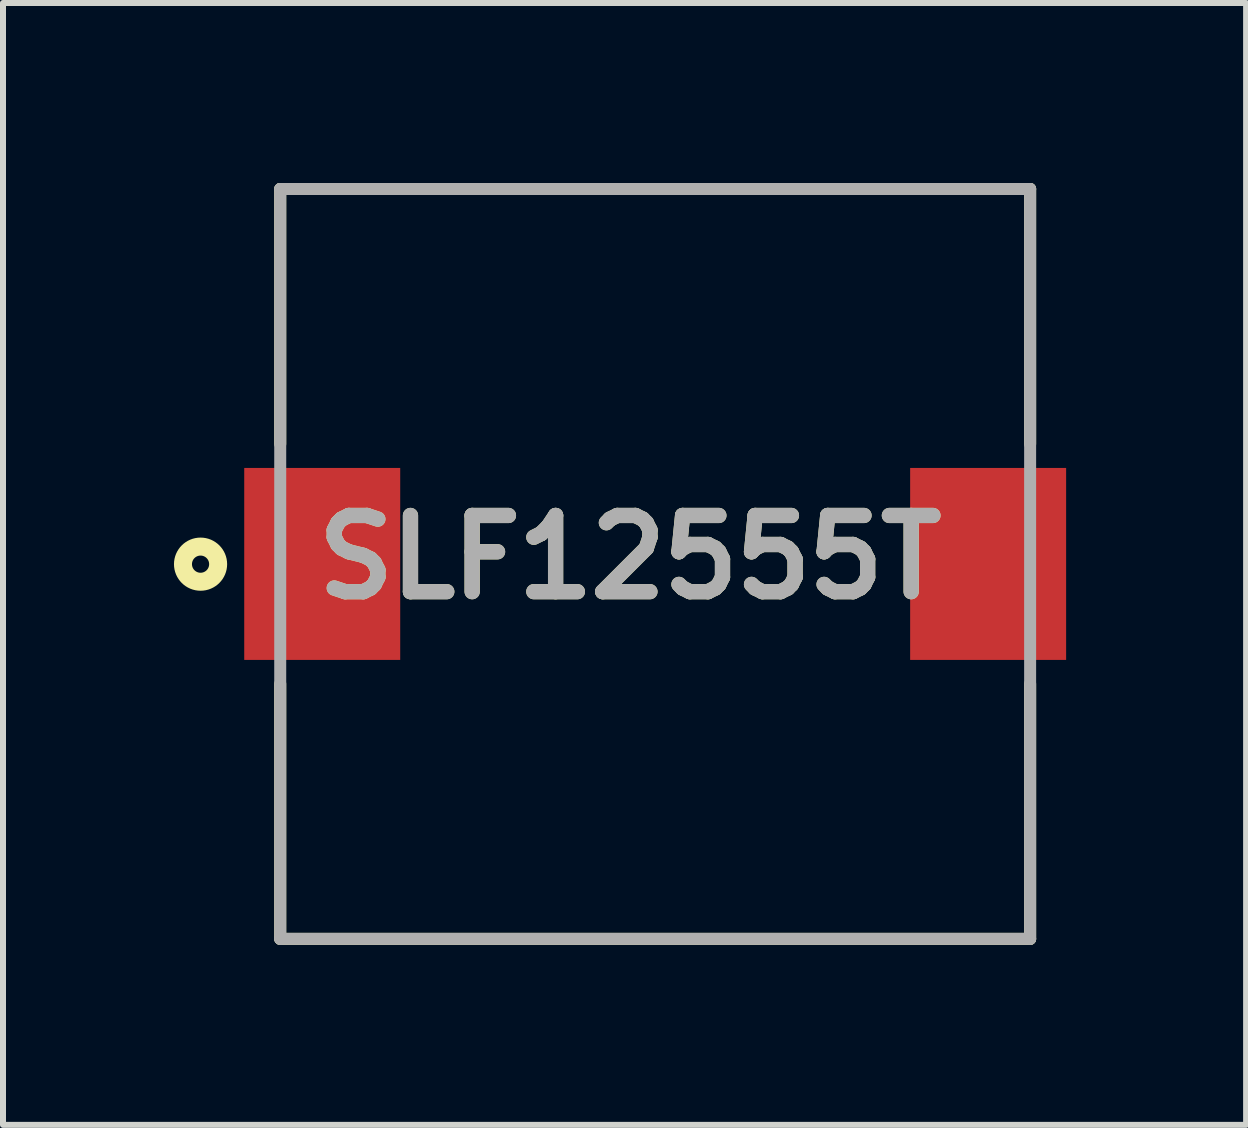
<source format=kicad_pcb>
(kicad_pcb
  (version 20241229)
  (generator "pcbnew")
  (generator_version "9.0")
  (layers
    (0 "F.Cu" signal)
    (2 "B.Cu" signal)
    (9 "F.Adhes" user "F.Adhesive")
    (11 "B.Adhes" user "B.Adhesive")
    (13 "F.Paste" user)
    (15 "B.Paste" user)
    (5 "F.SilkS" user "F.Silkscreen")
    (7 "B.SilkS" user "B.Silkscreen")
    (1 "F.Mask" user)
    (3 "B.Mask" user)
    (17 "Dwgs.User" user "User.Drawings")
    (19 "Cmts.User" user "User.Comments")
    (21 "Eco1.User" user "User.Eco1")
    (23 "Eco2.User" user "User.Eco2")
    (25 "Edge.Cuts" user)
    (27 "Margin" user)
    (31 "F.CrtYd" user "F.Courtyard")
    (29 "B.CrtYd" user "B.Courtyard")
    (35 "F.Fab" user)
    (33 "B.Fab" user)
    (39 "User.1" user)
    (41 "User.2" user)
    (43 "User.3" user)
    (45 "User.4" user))
  (footprint "SLF12555T"
    (layer "F.Cu")
    (at 7.871 6.35)
    (property "Reference" "SLF12555T" (at -0.42 -0.112 0) (layer "F.SilkS") (effects (font (size 1.27 1.27) (thickness 0.254))))
    (attr smd)
    (fp_line (start -6.25 -6.25) (end -6.25 -1.999) (stroke (width 0.2) (type solid)) (layer "F.SilkS"))
    (fp_line (start -6.25 -6.25) (end 6.25 -6.25) (stroke (width 0.2) (type solid)) (layer "F.SilkS"))
    (fp_line (start -6.25 6.25) (end -6.25 1.999) (stroke (width 0.2) (type solid)) (layer "F.SilkS"))
    (fp_line (start 6.25 -6.25) (end 6.25 -1.999) (stroke (width 0.2) (type solid)) (layer "F.SilkS"))
    (fp_line (start 6.25 6.25) (end -6.25 6.25) (stroke (width 0.2) (type solid)) (layer "F.SilkS"))
    (fp_line (start 6.25 6.25) (end 6.25 1.999) (stroke (width 0.2) (type solid)) (layer "F.SilkS"))
    (fp_circle (center -7.578 0.004) (end -7.578 0.147) (stroke (width 0.3) (type solid)) (fill no) (layer "F.SilkS"))
    (fp_line (start -6.25 -6.25) (end 6.25 -6.25) (stroke (width 0.2) (type solid)) (layer "F.Fab"))
    (fp_line (start -6.25 6.25) (end -6.25 -6.25) (stroke (width 0.2) (type solid)) (layer "F.Fab"))
    (fp_line (start 6.25 -6.25) (end 6.25 6.25) (stroke (width 0.2) (type solid)) (layer "F.Fab"))
    (fp_line (start 6.25 6.25) (end -6.25 6.25) (stroke (width 0.2) (type solid)) (layer "F.Fab"))
    (fp_text user "${REFERENCE}" (at -0.42 -0.112 0) (layer "F.Fab") (effects (font (size 1.27 1.27) (thickness 0.254))))
    (pad "1" smd rect (at -5.55 0) (size 2.6 3.2) (layers "F.Cu" "F.Mask" "F.Paste"))
    (pad "2" smd rect (at 5.55 0) (size 2.6 3.2) (layers "F.Cu" "F.Mask" "F.Paste")))
  (gr_rect
    (start -3 -3)
    (end 17.721 15.7)
    (stroke (width 0.1) (type default))
    (fill no)
    (layer "Edge.Cuts")))
</source>
